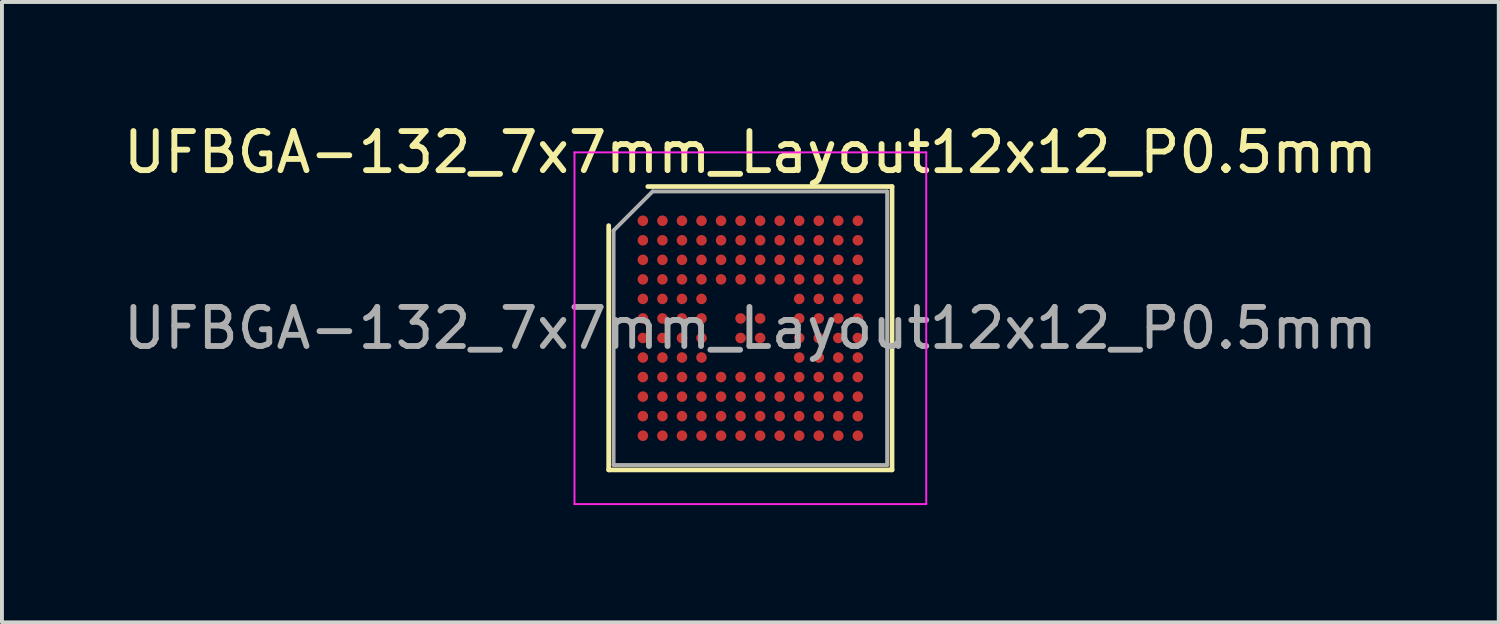
<source format=kicad_pcb>
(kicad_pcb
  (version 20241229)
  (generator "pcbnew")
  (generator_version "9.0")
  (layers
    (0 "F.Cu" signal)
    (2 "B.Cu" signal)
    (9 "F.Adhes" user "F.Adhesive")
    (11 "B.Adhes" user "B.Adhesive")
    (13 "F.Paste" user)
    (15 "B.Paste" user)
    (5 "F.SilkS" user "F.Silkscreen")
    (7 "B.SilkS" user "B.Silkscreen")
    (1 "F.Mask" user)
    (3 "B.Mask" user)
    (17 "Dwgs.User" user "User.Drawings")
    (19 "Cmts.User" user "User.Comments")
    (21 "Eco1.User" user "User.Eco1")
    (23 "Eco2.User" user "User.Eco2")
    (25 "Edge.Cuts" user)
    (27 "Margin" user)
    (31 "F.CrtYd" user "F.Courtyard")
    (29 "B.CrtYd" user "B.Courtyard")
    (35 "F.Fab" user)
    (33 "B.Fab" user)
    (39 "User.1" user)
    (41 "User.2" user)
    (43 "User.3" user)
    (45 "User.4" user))
  (footprint "UFBGA-132_7x7mm_Layout12x12_P0.5mm"
    (layer "F.Cu")
    (at 16.149 5.348)
    (property "Reference" "UFBGA-132_7x7mm_Layout12x12_P0.5mm" (at 0 -4.5 0) (layer "F.SilkS") (effects (font (size 1 1) (thickness 0.15))))
    (attr smd)
    (fp_line (start -3.625 3.625) (end -3.625 -2.625) (stroke (width 0.12) (type solid)) (layer "F.SilkS"))
    (fp_line (start -2.625 -3.625) (end 3.625 -3.625) (stroke (width 0.12) (type solid)) (layer "F.SilkS"))
    (fp_line (start 3.625 -3.625) (end 3.625 3.625) (stroke (width 0.12) (type solid)) (layer "F.SilkS"))
    (fp_line (start 3.625 3.625) (end -3.625 3.625) (stroke (width 0.12) (type solid)) (layer "F.SilkS"))
    (fp_line (start -4.5 -4.5) (end -4.5 4.5) (stroke (width 0.05) (type solid)) (layer "F.CrtYd"))
    (fp_line (start -4.5 4.5) (end 4.5 4.5) (stroke (width 0.05) (type solid)) (layer "F.CrtYd"))
    (fp_line (start 4.5 -4.5) (end -4.5 -4.5) (stroke (width 0.05) (type solid)) (layer "F.CrtYd"))
    (fp_line (start 4.5 4.5) (end 4.5 -4.5) (stroke (width 0.05) (type solid)) (layer "F.CrtYd"))
    (fp_line (start -3.5 -2.5) (end -2.5 -3.5) (stroke (width 0.1) (type solid)) (layer "F.Fab"))
    (fp_line (start -3.5 3.5) (end -3.5 -2.5) (stroke (width 0.1) (type solid)) (layer "F.Fab"))
    (fp_line (start -2.5 -3.5) (end 3.5 -3.5) (stroke (width 0.1) (type solid)) (layer "F.Fab"))
    (fp_line (start 3.5 -3.5) (end 3.5 3.5) (stroke (width 0.1) (type solid)) (layer "F.Fab"))
    (fp_line (start 3.5 3.5) (end -3.5 3.5) (stroke (width 0.1) (type solid)) (layer "F.Fab"))
    (fp_text user "${REFERENCE}" (at 0 0 0) (layer "F.Fab") (effects (font (size 1 1) (thickness 0.15))))
    (pad "A1" smd circle (at -2.75 -2.75) (size 0.27 0.27) (layers "F.Cu" "F.Mask" "F.Paste"))
    (pad "A2" smd circle (at -2.25 -2.75) (size 0.27 0.27) (layers "F.Cu" "F.Mask" "F.Paste"))
    (pad "A3" smd circle (at -1.75 -2.75) (size 0.27 0.27) (layers "F.Cu" "F.Mask" "F.Paste"))
    (pad "A4" smd circle (at -1.25 -2.75) (size 0.27 0.27) (layers "F.Cu" "F.Mask" "F.Paste"))
    (pad "A5" smd circle (at -0.75 -2.75) (size 0.27 0.27) (layers "F.Cu" "F.Mask" "F.Paste"))
    (pad "A6" smd circle (at -0.25 -2.75) (size 0.27 0.27) (layers "F.Cu" "F.Mask" "F.Paste"))
    (pad "A7" smd circle (at 0.25 -2.75) (size 0.27 0.27) (layers "F.Cu" "F.Mask" "F.Paste"))
    (pad "A8" smd circle (at 0.75 -2.75) (size 0.27 0.27) (layers "F.Cu" "F.Mask" "F.Paste"))
    (pad "A9" smd circle (at 1.25 -2.75) (size 0.27 0.27) (layers "F.Cu" "F.Mask" "F.Paste"))
    (pad "A10" smd circle (at 1.75 -2.75) (size 0.27 0.27) (layers "F.Cu" "F.Mask" "F.Paste"))
    (pad "A11" smd circle (at 2.25 -2.75) (size 0.27 0.27) (layers "F.Cu" "F.Mask" "F.Paste"))
    (pad "A12" smd circle (at 2.75 -2.75) (size 0.27 0.27) (layers "F.Cu" "F.Mask" "F.Paste"))
    (pad "B1" smd circle (at -2.75 -2.25) (size 0.27 0.27) (layers "F.Cu" "F.Mask" "F.Paste"))
    (pad "B2" smd circle (at -2.25 -2.25) (size 0.27 0.27) (layers "F.Cu" "F.Mask" "F.Paste"))
    (pad "B3" smd circle (at -1.75 -2.25) (size 0.27 0.27) (layers "F.Cu" "F.Mask" "F.Paste"))
    (pad "B4" smd circle (at -1.25 -2.25) (size 0.27 0.27) (layers "F.Cu" "F.Mask" "F.Paste"))
    (pad "B5" smd circle (at -0.75 -2.25) (size 0.27 0.27) (layers "F.Cu" "F.Mask" "F.Paste"))
    (pad "B6" smd circle (at -0.25 -2.25) (size 0.27 0.27) (layers "F.Cu" "F.Mask" "F.Paste"))
    (pad "B7" smd circle (at 0.25 -2.25) (size 0.27 0.27) (layers "F.Cu" "F.Mask" "F.Paste"))
    (pad "B8" smd circle (at 0.75 -2.25) (size 0.27 0.27) (layers "F.Cu" "F.Mask" "F.Paste"))
    (pad "B9" smd circle (at 1.25 -2.25) (size 0.27 0.27) (layers "F.Cu" "F.Mask" "F.Paste"))
    (pad "B10" smd circle (at 1.75 -2.25) (size 0.27 0.27) (layers "F.Cu" "F.Mask" "F.Paste"))
    (pad "B11" smd circle (at 2.25 -2.25) (size 0.27 0.27) (layers "F.Cu" "F.Mask" "F.Paste"))
    (pad "B12" smd circle (at 2.75 -2.25) (size 0.27 0.27) (layers "F.Cu" "F.Mask" "F.Paste"))
    (pad "C1" smd circle (at -2.75 -1.75) (size 0.27 0.27) (layers "F.Cu" "F.Mask" "F.Paste"))
    (pad "C2" smd circle (at -2.25 -1.75) (size 0.27 0.27) (layers "F.Cu" "F.Mask" "F.Paste"))
    (pad "C3" smd circle (at -1.75 -1.75) (size 0.27 0.27) (layers "F.Cu" "F.Mask" "F.Paste"))
    (pad "C4" smd circle (at -1.25 -1.75) (size 0.27 0.27) (layers "F.Cu" "F.Mask" "F.Paste"))
    (pad "C5" smd circle (at -0.75 -1.75) (size 0.27 0.27) (layers "F.Cu" "F.Mask" "F.Paste"))
    (pad "C6" smd circle (at -0.25 -1.75) (size 0.27 0.27) (layers "F.Cu" "F.Mask" "F.Paste"))
    (pad "C7" smd circle (at 0.25 -1.75) (size 0.27 0.27) (layers "F.Cu" "F.Mask" "F.Paste"))
    (pad "C8" smd circle (at 0.75 -1.75) (size 0.27 0.27) (layers "F.Cu" "F.Mask" "F.Paste"))
    (pad "C9" smd circle (at 1.25 -1.75) (size 0.27 0.27) (layers "F.Cu" "F.Mask" "F.Paste"))
    (pad "C10" smd circle (at 1.75 -1.75) (size 0.27 0.27) (layers "F.Cu" "F.Mask" "F.Paste"))
    (pad "C11" smd circle (at 2.25 -1.75) (size 0.27 0.27) (layers "F.Cu" "F.Mask" "F.Paste"))
    (pad "C12" smd circle (at 2.75 -1.75) (size 0.27 0.27) (layers "F.Cu" "F.Mask" "F.Paste"))
    (pad "D1" smd circle (at -2.75 -1.25) (size 0.27 0.27) (layers "F.Cu" "F.Mask" "F.Paste"))
    (pad "D2" smd circle (at -2.25 -1.25) (size 0.27 0.27) (layers "F.Cu" "F.Mask" "F.Paste"))
    (pad "D3" smd circle (at -1.75 -1.25) (size 0.27 0.27) (layers "F.Cu" "F.Mask" "F.Paste"))
    (pad "D4" smd circle (at -1.25 -1.25) (size 0.27 0.27) (layers "F.Cu" "F.Mask" "F.Paste"))
    (pad "D5" smd circle (at -0.75 -1.25) (size 0.27 0.27) (layers "F.Cu" "F.Mask" "F.Paste"))
    (pad "D6" smd circle (at -0.25 -1.25) (size 0.27 0.27) (layers "F.Cu" "F.Mask" "F.Paste"))
    (pad "D7" smd circle (at 0.25 -1.25) (size 0.27 0.27) (layers "F.Cu" "F.Mask" "F.Paste"))
    (pad "D8" smd circle (at 0.75 -1.25) (size 0.27 0.27) (layers "F.Cu" "F.Mask" "F.Paste"))
    (pad "D9" smd circle (at 1.25 -1.25) (size 0.27 0.27) (layers "F.Cu" "F.Mask" "F.Paste"))
    (pad "D10" smd circle (at 1.75 -1.25) (size 0.27 0.27) (layers "F.Cu" "F.Mask" "F.Paste"))
    (pad "D11" smd circle (at 2.25 -1.25) (size 0.27 0.27) (layers "F.Cu" "F.Mask" "F.Paste"))
    (pad "D12" smd circle (at 2.75 -1.25) (size 0.27 0.27) (layers "F.Cu" "F.Mask" "F.Paste"))
    (pad "E1" smd circle (at -2.75 -0.75) (size 0.27 0.27) (layers "F.Cu" "F.Mask" "F.Paste"))
    (pad "E2" smd circle (at -2.25 -0.75) (size 0.27 0.27) (layers "F.Cu" "F.Mask" "F.Paste"))
    (pad "E3" smd circle (at -1.75 -0.75) (size 0.27 0.27) (layers "F.Cu" "F.Mask" "F.Paste"))
    (pad "E4" smd circle (at -1.25 -0.75) (size 0.27 0.27) (layers "F.Cu" "F.Mask" "F.Paste"))
    (pad "E9" smd circle (at 1.25 -0.75) (size 0.27 0.27) (layers "F.Cu" "F.Mask" "F.Paste"))
    (pad "E10" smd circle (at 1.75 -0.75) (size 0.27 0.27) (layers "F.Cu" "F.Mask" "F.Paste"))
    (pad "E11" smd circle (at 2.25 -0.75) (size 0.27 0.27) (layers "F.Cu" "F.Mask" "F.Paste"))
    (pad "E12" smd circle (at 2.75 -0.75) (size 0.27 0.27) (layers "F.Cu" "F.Mask" "F.Paste"))
    (pad "F1" smd circle (at -2.75 -0.25) (size 0.27 0.27) (layers "F.Cu" "F.Mask" "F.Paste"))
    (pad "F2" smd circle (at -2.25 -0.25) (size 0.27 0.27) (layers "F.Cu" "F.Mask" "F.Paste"))
    (pad "F3" smd circle (at -1.75 -0.25) (size 0.27 0.27) (layers "F.Cu" "F.Mask" "F.Paste"))
    (pad "F4" smd circle (at -1.25 -0.25) (size 0.27 0.27) (layers "F.Cu" "F.Mask" "F.Paste"))
    (pad "F6" smd circle (at -0.25 -0.25) (size 0.27 0.27) (layers "F.Cu" "F.Mask" "F.Paste"))
    (pad "F7" smd circle (at 0.25 -0.25) (size 0.27 0.27) (layers "F.Cu" "F.Mask" "F.Paste"))
    (pad "F9" smd circle (at 1.25 -0.25) (size 0.27 0.27) (layers "F.Cu" "F.Mask" "F.Paste"))
    (pad "F10" smd circle (at 1.75 -0.25) (size 0.27 0.27) (layers "F.Cu" "F.Mask" "F.Paste"))
    (pad "F11" smd circle (at 2.25 -0.25) (size 0.27 0.27) (layers "F.Cu" "F.Mask" "F.Paste"))
    (pad "F12" smd circle (at 2.75 -0.25) (size 0.27 0.27) (layers "F.Cu" "F.Mask" "F.Paste"))
    (pad "G1" smd circle (at -2.75 0.25) (size 0.27 0.27) (layers "F.Cu" "F.Mask" "F.Paste"))
    (pad "G2" smd circle (at -2.25 0.25) (size 0.27 0.27) (layers "F.Cu" "F.Mask" "F.Paste"))
    (pad "G3" smd circle (at -1.75 0.25) (size 0.27 0.27) (layers "F.Cu" "F.Mask" "F.Paste"))
    (pad "G4" smd circle (at -1.25 0.25) (size 0.27 0.27) (layers "F.Cu" "F.Mask" "F.Paste"))
    (pad "G6" smd circle (at -0.25 0.25) (size 0.27 0.27) (layers "F.Cu" "F.Mask" "F.Paste"))
    (pad "G7" smd circle (at 0.25 0.25) (size 0.27 0.27) (layers "F.Cu" "F.Mask" "F.Paste"))
    (pad "G9" smd circle (at 1.25 0.25) (size 0.27 0.27) (layers "F.Cu" "F.Mask" "F.Paste"))
    (pad "G10" smd circle (at 1.75 0.25) (size 0.27 0.27) (layers "F.Cu" "F.Mask" "F.Paste"))
    (pad "G11" smd circle (at 2.25 0.25) (size 0.27 0.27) (layers "F.Cu" "F.Mask" "F.Paste"))
    (pad "G12" smd circle (at 2.75 0.25) (size 0.27 0.27) (layers "F.Cu" "F.Mask" "F.Paste"))
    (pad "H1" smd circle (at -2.75 0.75) (size 0.27 0.27) (layers "F.Cu" "F.Mask" "F.Paste"))
    (pad "H2" smd circle (at -2.25 0.75) (size 0.27 0.27) (layers "F.Cu" "F.Mask" "F.Paste"))
    (pad "H3" smd circle (at -1.75 0.75) (size 0.27 0.27) (layers "F.Cu" "F.Mask" "F.Paste"))
    (pad "H4" smd circle (at -1.25 0.75) (size 0.27 0.27) (layers "F.Cu" "F.Mask" "F.Paste"))
    (pad "H9" smd circle (at 1.25 0.75) (size 0.27 0.27) (layers "F.Cu" "F.Mask" "F.Paste"))
    (pad "H10" smd circle (at 1.75 0.75) (size 0.27 0.27) (layers "F.Cu" "F.Mask" "F.Paste"))
    (pad "H11" smd circle (at 2.25 0.75) (size 0.27 0.27) (layers "F.Cu" "F.Mask" "F.Paste"))
    (pad "H12" smd circle (at 2.75 0.75) (size 0.27 0.27) (layers "F.Cu" "F.Mask" "F.Paste"))
    (pad "J1" smd circle (at -2.75 1.25) (size 0.27 0.27) (layers "F.Cu" "F.Mask" "F.Paste"))
    (pad "J2" smd circle (at -2.25 1.25) (size 0.27 0.27) (layers "F.Cu" "F.Mask" "F.Paste"))
    (pad "J3" smd circle (at -1.75 1.25) (size 0.27 0.27) (layers "F.Cu" "F.Mask" "F.Paste"))
    (pad "J4" smd circle (at -1.25 1.25) (size 0.27 0.27) (layers "F.Cu" "F.Mask" "F.Paste"))
    (pad "J5" smd circle (at -0.75 1.25) (size 0.27 0.27) (layers "F.Cu" "F.Mask" "F.Paste"))
    (pad "J6" smd circle (at -0.25 1.25) (size 0.27 0.27) (layers "F.Cu" "F.Mask" "F.Paste"))
    (pad "J7" smd circle (at 0.25 1.25) (size 0.27 0.27) (layers "F.Cu" "F.Mask" "F.Paste"))
    (pad "J8" smd circle (at 0.75 1.25) (size 0.27 0.27) (layers "F.Cu" "F.Mask" "F.Paste"))
    (pad "J9" smd circle (at 1.25 1.25) (size 0.27 0.27) (layers "F.Cu" "F.Mask" "F.Paste"))
    (pad "J10" smd circle (at 1.75 1.25) (size 0.27 0.27) (layers "F.Cu" "F.Mask" "F.Paste"))
    (pad "J11" smd circle (at 2.25 1.25) (size 0.27 0.27) (layers "F.Cu" "F.Mask" "F.Paste"))
    (pad "J12" smd circle (at 2.75 1.25) (size 0.27 0.27) (layers "F.Cu" "F.Mask" "F.Paste"))
    (pad "K1" smd circle (at -2.75 1.75) (size 0.27 0.27) (layers "F.Cu" "F.Mask" "F.Paste"))
    (pad "K2" smd circle (at -2.25 1.75) (size 0.27 0.27) (layers "F.Cu" "F.Mask" "F.Paste"))
    (pad "K3" smd circle (at -1.75 1.75) (size 0.27 0.27) (layers "F.Cu" "F.Mask" "F.Paste"))
    (pad "K4" smd circle (at -1.25 1.75) (size 0.27 0.27) (layers "F.Cu" "F.Mask" "F.Paste"))
    (pad "K5" smd circle (at -0.75 1.75) (size 0.27 0.27) (layers "F.Cu" "F.Mask" "F.Paste"))
    (pad "K6" smd circle (at -0.25 1.75) (size 0.27 0.27) (layers "F.Cu" "F.Mask" "F.Paste"))
    (pad "K7" smd circle (at 0.25 1.75) (size 0.27 0.27) (layers "F.Cu" "F.Mask" "F.Paste"))
    (pad "K8" smd circle (at 0.75 1.75) (size 0.27 0.27) (layers "F.Cu" "F.Mask" "F.Paste"))
    (pad "K9" smd circle (at 1.25 1.75) (size 0.27 0.27) (layers "F.Cu" "F.Mask" "F.Paste"))
    (pad "K10" smd circle (at 1.75 1.75) (size 0.27 0.27) (layers "F.Cu" "F.Mask" "F.Paste"))
    (pad "K11" smd circle (at 2.25 1.75) (size 0.27 0.27) (layers "F.Cu" "F.Mask" "F.Paste"))
    (pad "K12" smd circle (at 2.75 1.75) (size 0.27 0.27) (layers "F.Cu" "F.Mask" "F.Paste"))
    (pad "L1" smd circle (at -2.75 2.25) (size 0.27 0.27) (layers "F.Cu" "F.Mask" "F.Paste"))
    (pad "L2" smd circle (at -2.25 2.25) (size 0.27 0.27) (layers "F.Cu" "F.Mask" "F.Paste"))
    (pad "L3" smd circle (at -1.75 2.25) (size 0.27 0.27) (layers "F.Cu" "F.Mask" "F.Paste"))
    (pad "L4" smd circle (at -1.25 2.25) (size 0.27 0.27) (layers "F.Cu" "F.Mask" "F.Paste"))
    (pad "L5" smd circle (at -0.75 2.25) (size 0.27 0.27) (layers "F.Cu" "F.Mask" "F.Paste"))
    (pad "L6" smd circle (at -0.25 2.25) (size 0.27 0.27) (layers "F.Cu" "F.Mask" "F.Paste"))
    (pad "L7" smd circle (at 0.25 2.25) (size 0.27 0.27) (layers "F.Cu" "F.Mask" "F.Paste"))
    (pad "L8" smd circle (at 0.75 2.25) (size 0.27 0.27) (layers "F.Cu" "F.Mask" "F.Paste"))
    (pad "L9" smd circle (at 1.25 2.25) (size 0.27 0.27) (layers "F.Cu" "F.Mask" "F.Paste"))
    (pad "L10" smd circle (at 1.75 2.25) (size 0.27 0.27) (layers "F.Cu" "F.Mask" "F.Paste"))
    (pad "L11" smd circle (at 2.25 2.25) (size 0.27 0.27) (layers "F.Cu" "F.Mask" "F.Paste"))
    (pad "L12" smd circle (at 2.75 2.25) (size 0.27 0.27) (layers "F.Cu" "F.Mask" "F.Paste"))
    (pad "M1" smd circle (at -2.75 2.75) (size 0.27 0.27) (layers "F.Cu" "F.Mask" "F.Paste"))
    (pad "M2" smd circle (at -2.25 2.75) (size 0.27 0.27) (layers "F.Cu" "F.Mask" "F.Paste"))
    (pad "M3" smd circle (at -1.75 2.75) (size 0.27 0.27) (layers "F.Cu" "F.Mask" "F.Paste"))
    (pad "M4" smd circle (at -1.25 2.75) (size 0.27 0.27) (layers "F.Cu" "F.Mask" "F.Paste"))
    (pad "M5" smd circle (at -0.75 2.75) (size 0.27 0.27) (layers "F.Cu" "F.Mask" "F.Paste"))
    (pad "M6" smd circle (at -0.25 2.75) (size 0.27 0.27) (layers "F.Cu" "F.Mask" "F.Paste"))
    (pad "M7" smd circle (at 0.25 2.75) (size 0.27 0.27) (layers "F.Cu" "F.Mask" "F.Paste"))
    (pad "M8" smd circle (at 0.75 2.75) (size 0.27 0.27) (layers "F.Cu" "F.Mask" "F.Paste"))
    (pad "M9" smd circle (at 1.25 2.75) (size 0.27 0.27) (layers "F.Cu" "F.Mask" "F.Paste"))
    (pad "M10" smd circle (at 1.75 2.75) (size 0.27 0.27) (layers "F.Cu" "F.Mask" "F.Paste"))
    (pad "M11" smd circle (at 2.25 2.75) (size 0.27 0.27) (layers "F.Cu" "F.Mask" "F.Paste"))
    (pad "M12" smd circle (at 2.75 2.75) (size 0.27 0.27) (layers "F.Cu" "F.Mask" "F.Paste")))
  (gr_rect
    (start -3 -3)
    (end 35.298 12.873)
    (stroke (width 0.1) (type default))
    (fill no)
    (layer "Edge.Cuts")))
</source>
